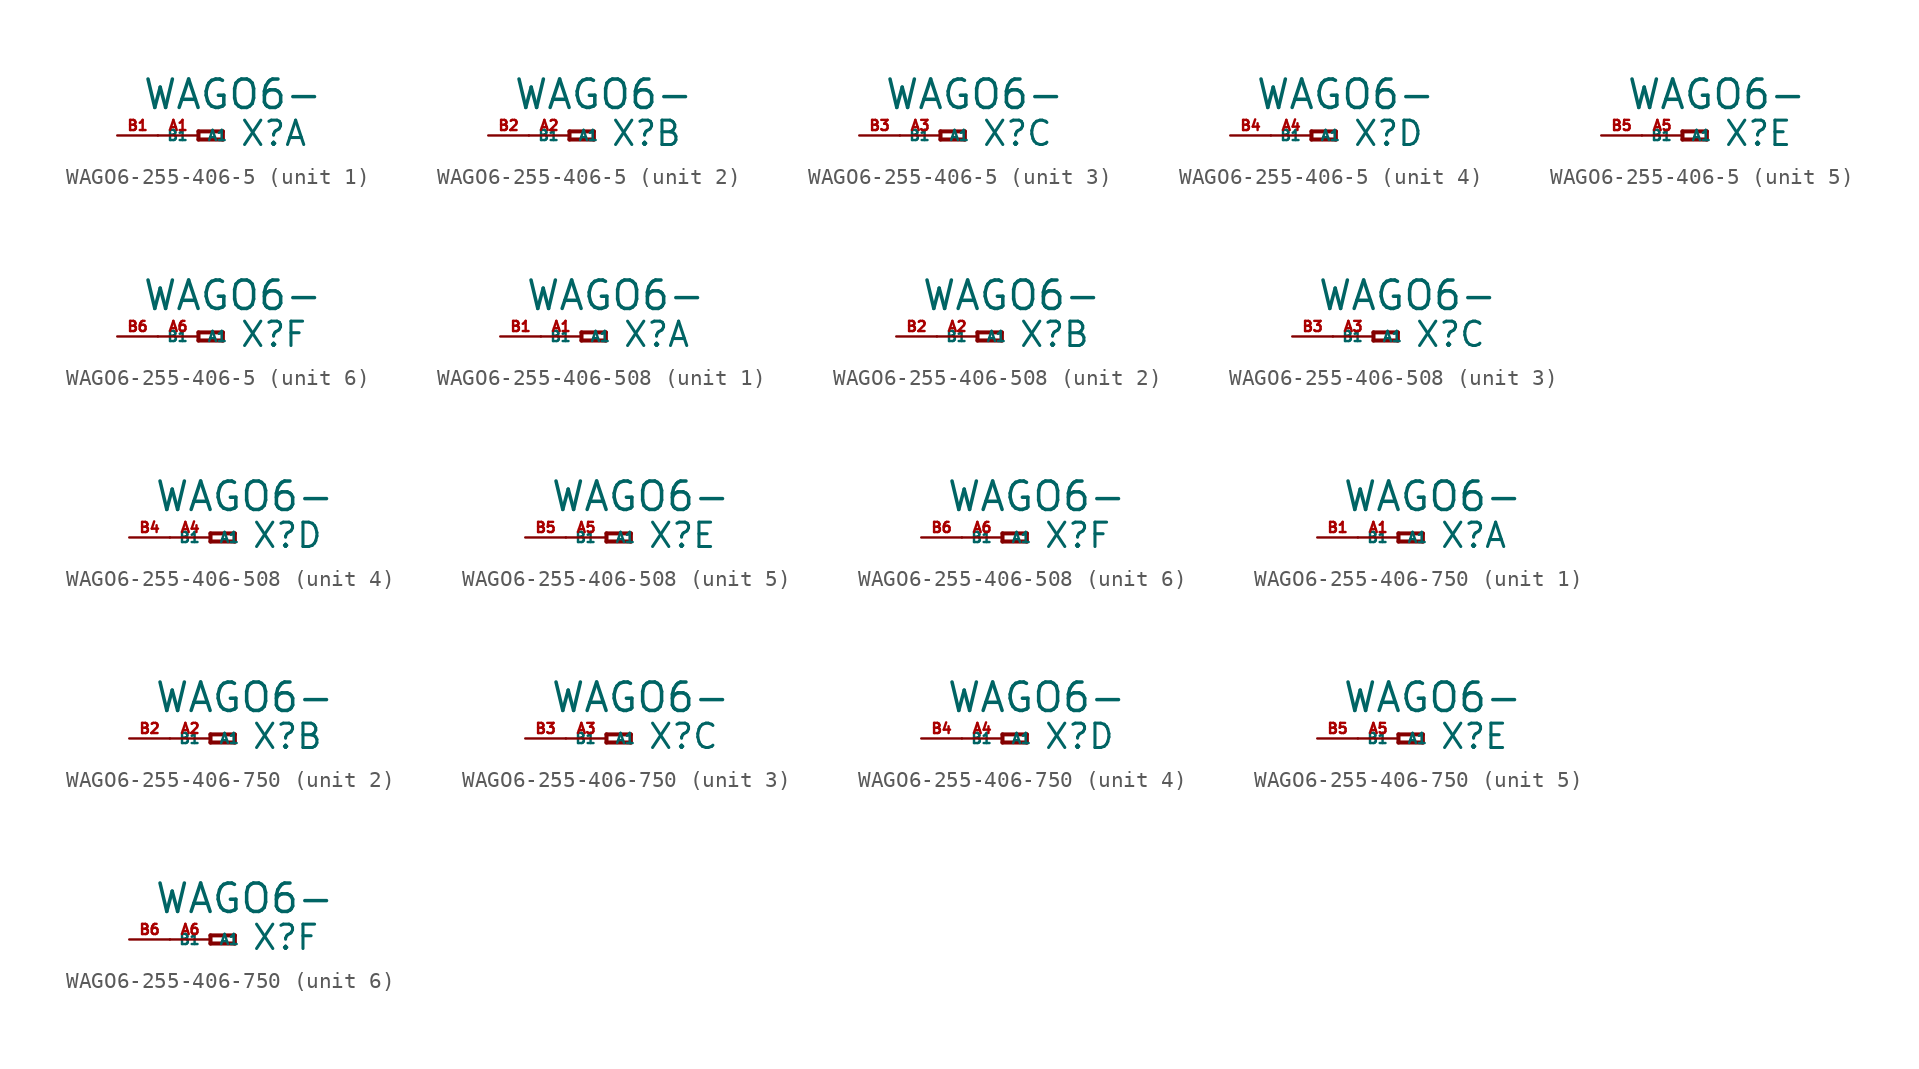
<source format=kicad_sym>
(kicad_symbol_lib
  (version 20220914)
  (generator Eagle2Kicad)
  (symbol "WAGO6-255-406-5"
    (property "Reference" "X"
      (at 2.54 -0.762 0)
      (effects (font (size 1.524 1.524) (thickness 0.19)) (justify left bottom)))
    (property "Value" "WAGO6-"
      (at -3.556 1.524 0)
      (effects (font (size 1.778 1.778) (thickness 0.22)) (justify left bottom)))
    (symbol "WAGO6-255-406-5_1_0"
      (polyline (pts (xy 0 0.254) (xy 0 -0.254)) (stroke (width 0.254) (type default)) (fill (type none)))
      (polyline (pts (xy 0 -0.254) (xy 1.524 -0.254)) (stroke (width 0.254) (type default)) (fill (type none)))
      (polyline (pts (xy 1.524 -0.254) (xy 1.524 0.254)) (stroke (width 0.254) (type default)) (fill (type none)))
      (polyline (pts (xy 1.524 0.254) (xy 0 0.254)) (stroke (width 0.254) (type default)) (fill (type none)))
      (pin passive line (at -2.54 0 0) (length 2.54) (name "A1" (effects (font (size 0.635 0.635) (thickness 0.08)) (justify left bottom))) (number "A1" (effects (font (size 0.635 0.635) (thickness 0.08)) (justify left bottom))))
      (pin passive line (at -5.08 0 0) (length 2.54) (name "B1" (effects (font (size 0.635 0.635) (thickness 0.08)) (justify left bottom))) (number "B1" (effects (font (size 0.635 0.635) (thickness 0.08)) (justify left bottom)))))
    (symbol "WAGO6-255-406-5_2_0"
      (polyline (pts (xy 0 0.254) (xy 0 -0.254)) (stroke (width 0.254) (type default)) (fill (type none)))
      (polyline (pts (xy 0 -0.254) (xy 1.524 -0.254)) (stroke (width 0.254) (type default)) (fill (type none)))
      (polyline (pts (xy 1.524 -0.254) (xy 1.524 0.254)) (stroke (width 0.254) (type default)) (fill (type none)))
      (polyline (pts (xy 1.524 0.254) (xy 0 0.254)) (stroke (width 0.254) (type default)) (fill (type none)))
      (pin passive line (at -2.54 0 0) (length 2.54) (name "A1" (effects (font (size 0.635 0.635) (thickness 0.08)) (justify left bottom))) (number "A2" (effects (font (size 0.635 0.635) (thickness 0.08)) (justify left bottom))))
      (pin passive line (at -5.08 0 0) (length 2.54) (name "B1" (effects (font (size 0.635 0.635) (thickness 0.08)) (justify left bottom))) (number "B2" (effects (font (size 0.635 0.635) (thickness 0.08)) (justify left bottom)))))
    (symbol "WAGO6-255-406-5_3_0"
      (polyline (pts (xy 0 0.254) (xy 0 -0.254)) (stroke (width 0.254) (type default)) (fill (type none)))
      (polyline (pts (xy 0 -0.254) (xy 1.524 -0.254)) (stroke (width 0.254) (type default)) (fill (type none)))
      (polyline (pts (xy 1.524 -0.254) (xy 1.524 0.254)) (stroke (width 0.254) (type default)) (fill (type none)))
      (polyline (pts (xy 1.524 0.254) (xy 0 0.254)) (stroke (width 0.254) (type default)) (fill (type none)))
      (pin passive line (at -2.54 0 0) (length 2.54) (name "A1" (effects (font (size 0.635 0.635) (thickness 0.08)) (justify left bottom))) (number "A3" (effects (font (size 0.635 0.635) (thickness 0.08)) (justify left bottom))))
      (pin passive line (at -5.08 0 0) (length 2.54) (name "B1" (effects (font (size 0.635 0.635) (thickness 0.08)) (justify left bottom))) (number "B3" (effects (font (size 0.635 0.635) (thickness 0.08)) (justify left bottom)))))
    (symbol "WAGO6-255-406-5_4_0"
      (polyline (pts (xy 0 0.254) (xy 0 -0.254)) (stroke (width 0.254) (type default)) (fill (type none)))
      (polyline (pts (xy 0 -0.254) (xy 1.524 -0.254)) (stroke (width 0.254) (type default)) (fill (type none)))
      (polyline (pts (xy 1.524 -0.254) (xy 1.524 0.254)) (stroke (width 0.254) (type default)) (fill (type none)))
      (polyline (pts (xy 1.524 0.254) (xy 0 0.254)) (stroke (width 0.254) (type default)) (fill (type none)))
      (pin passive line (at -2.54 0 0) (length 2.54) (name "A1" (effects (font (size 0.635 0.635) (thickness 0.08)) (justify left bottom))) (number "A4" (effects (font (size 0.635 0.635) (thickness 0.08)) (justify left bottom))))
      (pin passive line (at -5.08 0 0) (length 2.54) (name "B1" (effects (font (size 0.635 0.635) (thickness 0.08)) (justify left bottom))) (number "B4" (effects (font (size 0.635 0.635) (thickness 0.08)) (justify left bottom)))))
    (symbol "WAGO6-255-406-5_5_0"
      (polyline (pts (xy 0 0.254) (xy 0 -0.254)) (stroke (width 0.254) (type default)) (fill (type none)))
      (polyline (pts (xy 0 -0.254) (xy 1.524 -0.254)) (stroke (width 0.254) (type default)) (fill (type none)))
      (polyline (pts (xy 1.524 -0.254) (xy 1.524 0.254)) (stroke (width 0.254) (type default)) (fill (type none)))
      (polyline (pts (xy 1.524 0.254) (xy 0 0.254)) (stroke (width 0.254) (type default)) (fill (type none)))
      (pin passive line (at -2.54 0 0) (length 2.54) (name "A1" (effects (font (size 0.635 0.635) (thickness 0.08)) (justify left bottom))) (number "A5" (effects (font (size 0.635 0.635) (thickness 0.08)) (justify left bottom))))
      (pin passive line (at -5.08 0 0) (length 2.54) (name "B1" (effects (font (size 0.635 0.635) (thickness 0.08)) (justify left bottom))) (number "B5" (effects (font (size 0.635 0.635) (thickness 0.08)) (justify left bottom)))))
    (symbol "WAGO6-255-406-5_6_0"
      (polyline (pts (xy 0 0.254) (xy 0 -0.254)) (stroke (width 0.254) (type default)) (fill (type none)))
      (polyline (pts (xy 0 -0.254) (xy 1.524 -0.254)) (stroke (width 0.254) (type default)) (fill (type none)))
      (polyline (pts (xy 1.524 -0.254) (xy 1.524 0.254)) (stroke (width 0.254) (type default)) (fill (type none)))
      (polyline (pts (xy 1.524 0.254) (xy 0 0.254)) (stroke (width 0.254) (type default)) (fill (type none)))
      (pin passive line (at -2.54 0 0) (length 2.54) (name "A1" (effects (font (size 0.635 0.635) (thickness 0.08)) (justify left bottom))) (number "A6" (effects (font (size 0.635 0.635) (thickness 0.08)) (justify left bottom))))
      (pin passive line (at -5.08 0 0) (length 2.54) (name "B1" (effects (font (size 0.635 0.635) (thickness 0.08)) (justify left bottom))) (number "B6" (effects (font (size 0.635 0.635) (thickness 0.08)) (justify left bottom))))))
  (symbol "WAGO6-255-406-508"
    (property "Reference" "X"
      (at 2.54 -0.762 0)
      (effects (font (size 1.524 1.524) (thickness 0.19)) (justify left bottom)))
    (property "Value" "WAGO6-"
      (at -3.556 1.524 0)
      (effects (font (size 1.778 1.778) (thickness 0.22)) (justify left bottom)))
    (symbol "WAGO6-255-406-508_1_0"
      (polyline (pts (xy 0 0.254) (xy 0 -0.254)) (stroke (width 0.254) (type default)) (fill (type none)))
      (polyline (pts (xy 0 -0.254) (xy 1.524 -0.254)) (stroke (width 0.254) (type default)) (fill (type none)))
      (polyline (pts (xy 1.524 -0.254) (xy 1.524 0.254)) (stroke (width 0.254) (type default)) (fill (type none)))
      (polyline (pts (xy 1.524 0.254) (xy 0 0.254)) (stroke (width 0.254) (type default)) (fill (type none)))
      (pin passive line (at -2.54 0 0) (length 2.54) (name "A1" (effects (font (size 0.635 0.635) (thickness 0.08)) (justify left bottom))) (number "A1" (effects (font (size 0.635 0.635) (thickness 0.08)) (justify left bottom))))
      (pin passive line (at -5.08 0 0) (length 2.54) (name "B1" (effects (font (size 0.635 0.635) (thickness 0.08)) (justify left bottom))) (number "B1" (effects (font (size 0.635 0.635) (thickness 0.08)) (justify left bottom)))))
    (symbol "WAGO6-255-406-508_2_0"
      (polyline (pts (xy 0 0.254) (xy 0 -0.254)) (stroke (width 0.254) (type default)) (fill (type none)))
      (polyline (pts (xy 0 -0.254) (xy 1.524 -0.254)) (stroke (width 0.254) (type default)) (fill (type none)))
      (polyline (pts (xy 1.524 -0.254) (xy 1.524 0.254)) (stroke (width 0.254) (type default)) (fill (type none)))
      (polyline (pts (xy 1.524 0.254) (xy 0 0.254)) (stroke (width 0.254) (type default)) (fill (type none)))
      (pin passive line (at -2.54 0 0) (length 2.54) (name "A1" (effects (font (size 0.635 0.635) (thickness 0.08)) (justify left bottom))) (number "A2" (effects (font (size 0.635 0.635) (thickness 0.08)) (justify left bottom))))
      (pin passive line (at -5.08 0 0) (length 2.54) (name "B1" (effects (font (size 0.635 0.635) (thickness 0.08)) (justify left bottom))) (number "B2" (effects (font (size 0.635 0.635) (thickness 0.08)) (justify left bottom)))))
    (symbol "WAGO6-255-406-508_3_0"
      (polyline (pts (xy 0 0.254) (xy 0 -0.254)) (stroke (width 0.254) (type default)) (fill (type none)))
      (polyline (pts (xy 0 -0.254) (xy 1.524 -0.254)) (stroke (width 0.254) (type default)) (fill (type none)))
      (polyline (pts (xy 1.524 -0.254) (xy 1.524 0.254)) (stroke (width 0.254) (type default)) (fill (type none)))
      (polyline (pts (xy 1.524 0.254) (xy 0 0.254)) (stroke (width 0.254) (type default)) (fill (type none)))
      (pin passive line (at -2.54 0 0) (length 2.54) (name "A1" (effects (font (size 0.635 0.635) (thickness 0.08)) (justify left bottom))) (number "A3" (effects (font (size 0.635 0.635) (thickness 0.08)) (justify left bottom))))
      (pin passive line (at -5.08 0 0) (length 2.54) (name "B1" (effects (font (size 0.635 0.635) (thickness 0.08)) (justify left bottom))) (number "B3" (effects (font (size 0.635 0.635) (thickness 0.08)) (justify left bottom)))))
    (symbol "WAGO6-255-406-508_4_0"
      (polyline (pts (xy 0 0.254) (xy 0 -0.254)) (stroke (width 0.254) (type default)) (fill (type none)))
      (polyline (pts (xy 0 -0.254) (xy 1.524 -0.254)) (stroke (width 0.254) (type default)) (fill (type none)))
      (polyline (pts (xy 1.524 -0.254) (xy 1.524 0.254)) (stroke (width 0.254) (type default)) (fill (type none)))
      (polyline (pts (xy 1.524 0.254) (xy 0 0.254)) (stroke (width 0.254) (type default)) (fill (type none)))
      (pin passive line (at -2.54 0 0) (length 2.54) (name "A1" (effects (font (size 0.635 0.635) (thickness 0.08)) (justify left bottom))) (number "A4" (effects (font (size 0.635 0.635) (thickness 0.08)) (justify left bottom))))
      (pin passive line (at -5.08 0 0) (length 2.54) (name "B1" (effects (font (size 0.635 0.635) (thickness 0.08)) (justify left bottom))) (number "B4" (effects (font (size 0.635 0.635) (thickness 0.08)) (justify left bottom)))))
    (symbol "WAGO6-255-406-508_5_0"
      (polyline (pts (xy 0 0.254) (xy 0 -0.254)) (stroke (width 0.254) (type default)) (fill (type none)))
      (polyline (pts (xy 0 -0.254) (xy 1.524 -0.254)) (stroke (width 0.254) (type default)) (fill (type none)))
      (polyline (pts (xy 1.524 -0.254) (xy 1.524 0.254)) (stroke (width 0.254) (type default)) (fill (type none)))
      (polyline (pts (xy 1.524 0.254) (xy 0 0.254)) (stroke (width 0.254) (type default)) (fill (type none)))
      (pin passive line (at -2.54 0 0) (length 2.54) (name "A1" (effects (font (size 0.635 0.635) (thickness 0.08)) (justify left bottom))) (number "A5" (effects (font (size 0.635 0.635) (thickness 0.08)) (justify left bottom))))
      (pin passive line (at -5.08 0 0) (length 2.54) (name "B1" (effects (font (size 0.635 0.635) (thickness 0.08)) (justify left bottom))) (number "B5" (effects (font (size 0.635 0.635) (thickness 0.08)) (justify left bottom)))))
    (symbol "WAGO6-255-406-508_6_0"
      (polyline (pts (xy 0 0.254) (xy 0 -0.254)) (stroke (width 0.254) (type default)) (fill (type none)))
      (polyline (pts (xy 0 -0.254) (xy 1.524 -0.254)) (stroke (width 0.254) (type default)) (fill (type none)))
      (polyline (pts (xy 1.524 -0.254) (xy 1.524 0.254)) (stroke (width 0.254) (type default)) (fill (type none)))
      (polyline (pts (xy 1.524 0.254) (xy 0 0.254)) (stroke (width 0.254) (type default)) (fill (type none)))
      (pin passive line (at -2.54 0 0) (length 2.54) (name "A1" (effects (font (size 0.635 0.635) (thickness 0.08)) (justify left bottom))) (number "A6" (effects (font (size 0.635 0.635) (thickness 0.08)) (justify left bottom))))
      (pin passive line (at -5.08 0 0) (length 2.54) (name "B1" (effects (font (size 0.635 0.635) (thickness 0.08)) (justify left bottom))) (number "B6" (effects (font (size 0.635 0.635) (thickness 0.08)) (justify left bottom))))))
  (symbol "WAGO6-255-406-750"
    (property "Reference" "X"
      (at 2.54 -0.762 0)
      (effects (font (size 1.524 1.524) (thickness 0.19)) (justify left bottom)))
    (property "Value" "WAGO6-"
      (at -3.556 1.524 0)
      (effects (font (size 1.778 1.778) (thickness 0.22)) (justify left bottom)))
    (symbol "WAGO6-255-406-750_1_0"
      (polyline (pts (xy 0 0.254) (xy 0 -0.254)) (stroke (width 0.254) (type default)) (fill (type none)))
      (polyline (pts (xy 0 -0.254) (xy 1.524 -0.254)) (stroke (width 0.254) (type default)) (fill (type none)))
      (polyline (pts (xy 1.524 -0.254) (xy 1.524 0.254)) (stroke (width 0.254) (type default)) (fill (type none)))
      (polyline (pts (xy 1.524 0.254) (xy 0 0.254)) (stroke (width 0.254) (type default)) (fill (type none)))
      (pin passive line (at -2.54 0 0) (length 2.54) (name "A1" (effects (font (size 0.635 0.635) (thickness 0.08)) (justify left bottom))) (number "A1" (effects (font (size 0.635 0.635) (thickness 0.08)) (justify left bottom))))
      (pin passive line (at -5.08 0 0) (length 2.54) (name "B1" (effects (font (size 0.635 0.635) (thickness 0.08)) (justify left bottom))) (number "B1" (effects (font (size 0.635 0.635) (thickness 0.08)) (justify left bottom)))))
    (symbol "WAGO6-255-406-750_2_0"
      (polyline (pts (xy 0 0.254) (xy 0 -0.254)) (stroke (width 0.254) (type default)) (fill (type none)))
      (polyline (pts (xy 0 -0.254) (xy 1.524 -0.254)) (stroke (width 0.254) (type default)) (fill (type none)))
      (polyline (pts (xy 1.524 -0.254) (xy 1.524 0.254)) (stroke (width 0.254) (type default)) (fill (type none)))
      (polyline (pts (xy 1.524 0.254) (xy 0 0.254)) (stroke (width 0.254) (type default)) (fill (type none)))
      (pin passive line (at -2.54 0 0) (length 2.54) (name "A1" (effects (font (size 0.635 0.635) (thickness 0.08)) (justify left bottom))) (number "A2" (effects (font (size 0.635 0.635) (thickness 0.08)) (justify left bottom))))
      (pin passive line (at -5.08 0 0) (length 2.54) (name "B1" (effects (font (size 0.635 0.635) (thickness 0.08)) (justify left bottom))) (number "B2" (effects (font (size 0.635 0.635) (thickness 0.08)) (justify left bottom)))))
    (symbol "WAGO6-255-406-750_3_0"
      (polyline (pts (xy 0 0.254) (xy 0 -0.254)) (stroke (width 0.254) (type default)) (fill (type none)))
      (polyline (pts (xy 0 -0.254) (xy 1.524 -0.254)) (stroke (width 0.254) (type default)) (fill (type none)))
      (polyline (pts (xy 1.524 -0.254) (xy 1.524 0.254)) (stroke (width 0.254) (type default)) (fill (type none)))
      (polyline (pts (xy 1.524 0.254) (xy 0 0.254)) (stroke (width 0.254) (type default)) (fill (type none)))
      (pin passive line (at -2.54 0 0) (length 2.54) (name "A1" (effects (font (size 0.635 0.635) (thickness 0.08)) (justify left bottom))) (number "A3" (effects (font (size 0.635 0.635) (thickness 0.08)) (justify left bottom))))
      (pin passive line (at -5.08 0 0) (length 2.54) (name "B1" (effects (font (size 0.635 0.635) (thickness 0.08)) (justify left bottom))) (number "B3" (effects (font (size 0.635 0.635) (thickness 0.08)) (justify left bottom)))))
    (symbol "WAGO6-255-406-750_4_0"
      (polyline (pts (xy 0 0.254) (xy 0 -0.254)) (stroke (width 0.254) (type default)) (fill (type none)))
      (polyline (pts (xy 0 -0.254) (xy 1.524 -0.254)) (stroke (width 0.254) (type default)) (fill (type none)))
      (polyline (pts (xy 1.524 -0.254) (xy 1.524 0.254)) (stroke (width 0.254) (type default)) (fill (type none)))
      (polyline (pts (xy 1.524 0.254) (xy 0 0.254)) (stroke (width 0.254) (type default)) (fill (type none)))
      (pin passive line (at -2.54 0 0) (length 2.54) (name "A1" (effects (font (size 0.635 0.635) (thickness 0.08)) (justify left bottom))) (number "A4" (effects (font (size 0.635 0.635) (thickness 0.08)) (justify left bottom))))
      (pin passive line (at -5.08 0 0) (length 2.54) (name "B1" (effects (font (size 0.635 0.635) (thickness 0.08)) (justify left bottom))) (number "B4" (effects (font (size 0.635 0.635) (thickness 0.08)) (justify left bottom)))))
    (symbol "WAGO6-255-406-750_5_0"
      (polyline (pts (xy 0 0.254) (xy 0 -0.254)) (stroke (width 0.254) (type default)) (fill (type none)))
      (polyline (pts (xy 0 -0.254) (xy 1.524 -0.254)) (stroke (width 0.254) (type default)) (fill (type none)))
      (polyline (pts (xy 1.524 -0.254) (xy 1.524 0.254)) (stroke (width 0.254) (type default)) (fill (type none)))
      (polyline (pts (xy 1.524 0.254) (xy 0 0.254)) (stroke (width 0.254) (type default)) (fill (type none)))
      (pin passive line (at -2.54 0 0) (length 2.54) (name "A1" (effects (font (size 0.635 0.635) (thickness 0.08)) (justify left bottom))) (number "A5" (effects (font (size 0.635 0.635) (thickness 0.08)) (justify left bottom))))
      (pin passive line (at -5.08 0 0) (length 2.54) (name "B1" (effects (font (size 0.635 0.635) (thickness 0.08)) (justify left bottom))) (number "B5" (effects (font (size 0.635 0.635) (thickness 0.08)) (justify left bottom)))))
    (symbol "WAGO6-255-406-750_6_0"
      (polyline (pts (xy 0 0.254) (xy 0 -0.254)) (stroke (width 0.254) (type default)) (fill (type none)))
      (polyline (pts (xy 0 -0.254) (xy 1.524 -0.254)) (stroke (width 0.254) (type default)) (fill (type none)))
      (polyline (pts (xy 1.524 -0.254) (xy 1.524 0.254)) (stroke (width 0.254) (type default)) (fill (type none)))
      (polyline (pts (xy 1.524 0.254) (xy 0 0.254)) (stroke (width 0.254) (type default)) (fill (type none)))
      (pin passive line (at -2.54 0 0) (length 2.54) (name "A1" (effects (font (size 0.635 0.635) (thickness 0.08)) (justify left bottom))) (number "A6" (effects (font (size 0.635 0.635) (thickness 0.08)) (justify left bottom))))
      (pin passive line (at -5.08 0 0) (length 2.54) (name "B1" (effects (font (size 0.635 0.635) (thickness 0.08)) (justify left bottom))) (number "B6" (effects (font (size 0.635 0.635) (thickness 0.08)) (justify left bottom)))))))
</source>
